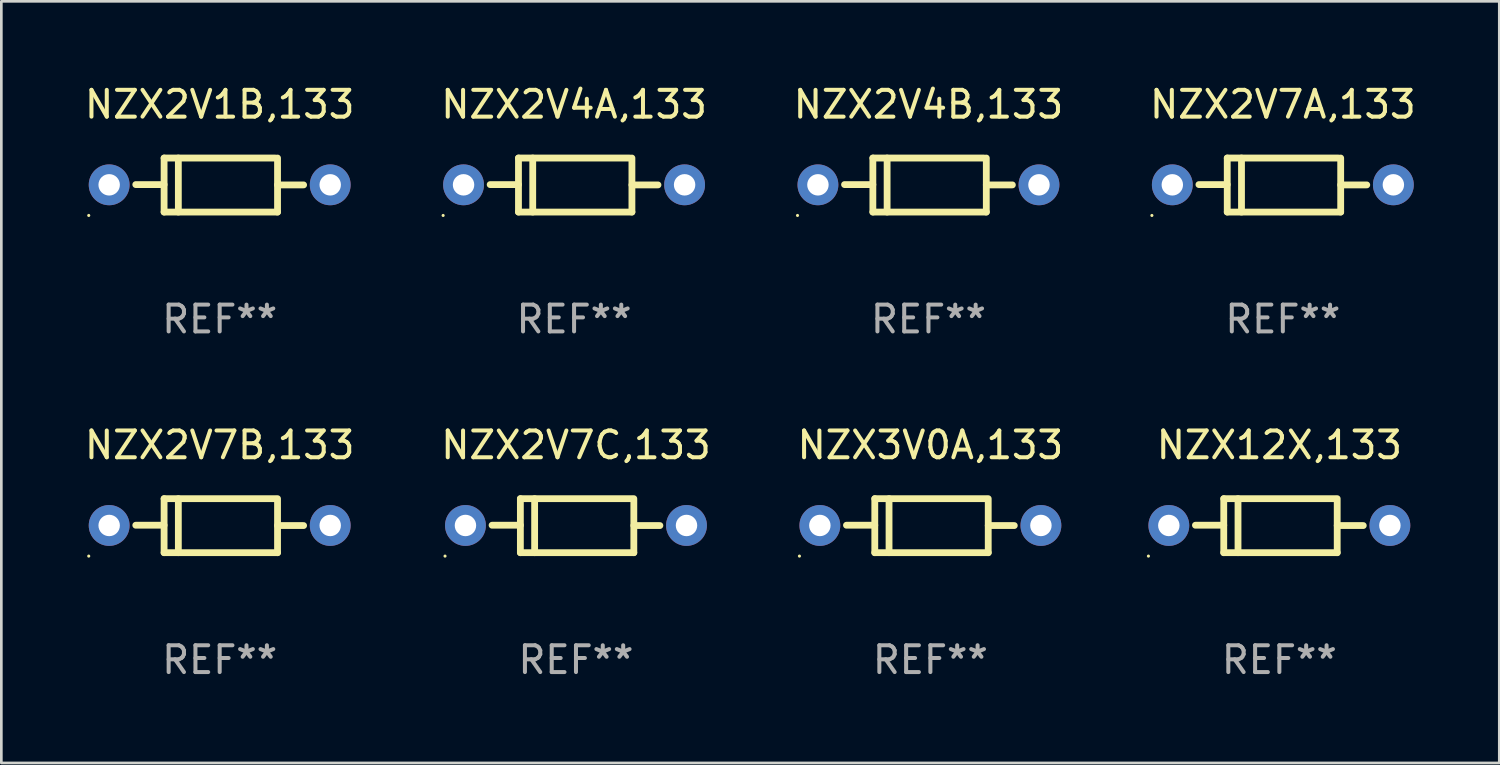
<source format=kicad_pcb>
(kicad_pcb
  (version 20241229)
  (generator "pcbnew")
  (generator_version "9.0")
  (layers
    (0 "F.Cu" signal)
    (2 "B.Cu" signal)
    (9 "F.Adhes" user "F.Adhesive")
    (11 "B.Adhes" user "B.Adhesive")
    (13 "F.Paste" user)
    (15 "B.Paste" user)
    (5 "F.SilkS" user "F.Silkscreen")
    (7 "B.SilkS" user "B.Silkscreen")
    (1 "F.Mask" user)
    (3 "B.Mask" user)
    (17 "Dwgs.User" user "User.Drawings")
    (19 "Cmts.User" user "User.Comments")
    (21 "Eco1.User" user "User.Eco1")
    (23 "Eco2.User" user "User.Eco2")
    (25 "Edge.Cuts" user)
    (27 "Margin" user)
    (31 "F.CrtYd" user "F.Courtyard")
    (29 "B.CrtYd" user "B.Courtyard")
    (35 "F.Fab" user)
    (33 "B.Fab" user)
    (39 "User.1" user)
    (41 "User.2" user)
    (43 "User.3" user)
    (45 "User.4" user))
  (footprint "NZX2V7B,133"
    (layer "F.Cu")
    (at 5.149 16.569)
    (property "Reference" "NZX2V7B,133" (at 0 -3.008 0) (layer "F.SilkS") (effects (font (size 1 1) (thickness 0.15))))
    (attr through_hole)
    (fp_line (start -2.075 -1.008) (end -2.075 1.008) (stroke (width 0.254) (type solid)) (layer "F.SilkS"))
    (fp_line (start -2.075 -0.017) (end -3.132 -0.017) (stroke (width 0.254) (type solid)) (layer "F.SilkS"))
    (fp_line (start -2.075 1.008) (end 2.159 1.008) (stroke (width 0.254) (type solid)) (layer "F.SilkS"))
    (fp_line (start -1.543 -1.008) (end -1.543 1.008) (stroke (width 0.254) (type solid)) (layer "F.SilkS"))
    (fp_line (start 2.075 -1.008) (end -2.075 -1.008) (stroke (width 0.254) (type solid)) (layer "F.SilkS"))
    (fp_line (start 2.159 -0.005) (end 3.132 -0.005) (stroke (width 0.254) (type solid)) (layer "F.SilkS"))
    (fp_line (start 2.159 1.008) (end 2.159 -1.008) (stroke (width 0.254) (type solid)) (layer "F.SilkS"))
    (fp_circle (center -4.887 1.135) (end -4.857 1.135) (stroke (width 0.06) (type solid)) (fill no) (layer "F.SilkS"))
    (fp_text user "REF**" (at 0 5.008 0) (layer "F.Fab") (effects (font (size 1 1) (thickness 0.15))))
    (pad "1" thru_hole circle (at -4.125 -0.008) (size 1.524 1.524) (drill 0.8) (layers "*.Cu" "*.Mask"))
    (pad "2" thru_hole circle (at 4.125 -0.008) (size 1.524 1.524) (drill 0.8) (layers "*.Cu" "*.Mask")))
  (footprint "NZX2V4B,133"
    (layer "F.Cu")
    (at 31.601 3.856)
    (property "Reference" "NZX2V4B,133" (at 0 -3.008 0) (layer "F.SilkS") (effects (font (size 1 1) (thickness 0.15))))
    (attr through_hole)
    (fp_line (start -2.075 -1.008) (end -2.075 1.008) (stroke (width 0.254) (type solid)) (layer "F.SilkS"))
    (fp_line (start -2.075 -0.017) (end -3.132 -0.017) (stroke (width 0.254) (type solid)) (layer "F.SilkS"))
    (fp_line (start -2.075 1.008) (end 2.159 1.008) (stroke (width 0.254) (type solid)) (layer "F.SilkS"))
    (fp_line (start -1.543 -1.008) (end -1.543 1.008) (stroke (width 0.254) (type solid)) (layer "F.SilkS"))
    (fp_line (start 2.075 -1.008) (end -2.075 -1.008) (stroke (width 0.254) (type solid)) (layer "F.SilkS"))
    (fp_line (start 2.159 -0.005) (end 3.132 -0.005) (stroke (width 0.254) (type solid)) (layer "F.SilkS"))
    (fp_line (start 2.159 1.008) (end 2.159 -1.008) (stroke (width 0.254) (type solid)) (layer "F.SilkS"))
    (fp_circle (center -4.887 1.135) (end -4.857 1.135) (stroke (width 0.06) (type solid)) (fill no) (layer "F.SilkS"))
    (fp_text user "REF**" (at 0 5.008 0) (layer "F.Fab") (effects (font (size 1 1) (thickness 0.15))))
    (pad "1" thru_hole circle (at -4.125 -0.008) (size 1.524 1.524) (drill 0.8) (layers "*.Cu" "*.Mask"))
    (pad "2" thru_hole circle (at 4.125 -0.008) (size 1.524 1.524) (drill 0.8) (layers "*.Cu" "*.Mask")))
  (footprint "NZX2V7A,133"
    (layer "F.Cu")
    (at 44.827 3.856)
    (property "Reference" "NZX2V7A,133" (at 0 -3.008 0) (layer "F.SilkS") (effects (font (size 1 1) (thickness 0.15))))
    (attr through_hole)
    (fp_line (start -2.075 -1.008) (end -2.075 1.008) (stroke (width 0.254) (type solid)) (layer "F.SilkS"))
    (fp_line (start -2.075 -0.017) (end -3.132 -0.017) (stroke (width 0.254) (type solid)) (layer "F.SilkS"))
    (fp_line (start -2.075 1.008) (end 2.159 1.008) (stroke (width 0.254) (type solid)) (layer "F.SilkS"))
    (fp_line (start -1.543 -1.008) (end -1.543 1.008) (stroke (width 0.254) (type solid)) (layer "F.SilkS"))
    (fp_line (start 2.075 -1.008) (end -2.075 -1.008) (stroke (width 0.254) (type solid)) (layer "F.SilkS"))
    (fp_line (start 2.159 -0.005) (end 3.132 -0.005) (stroke (width 0.254) (type solid)) (layer "F.SilkS"))
    (fp_line (start 2.159 1.008) (end 2.159 -1.008) (stroke (width 0.254) (type solid)) (layer "F.SilkS"))
    (fp_circle (center -4.887 1.135) (end -4.857 1.135) (stroke (width 0.06) (type solid)) (fill no) (layer "F.SilkS"))
    (fp_text user "REF**" (at 0 5.008 0) (layer "F.Fab") (effects (font (size 1 1) (thickness 0.15))))
    (pad "1" thru_hole circle (at -4.125 -0.008) (size 1.524 1.524) (drill 0.8) (layers "*.Cu" "*.Mask"))
    (pad "2" thru_hole circle (at 4.125 -0.008) (size 1.524 1.524) (drill 0.8) (layers "*.Cu" "*.Mask")))
  (footprint "NZX12X,133"
    (layer "F.Cu")
    (at 44.697 16.569)
    (property "Reference" "NZX12X,133" (at 0 -3.008 0) (layer "F.SilkS") (effects (font (size 1 1) (thickness 0.15))))
    (attr through_hole)
    (fp_line (start -2.075 -1.008) (end -2.075 1.008) (stroke (width 0.254) (type solid)) (layer "F.SilkS"))
    (fp_line (start -2.075 -0.017) (end -3.132 -0.017) (stroke (width 0.254) (type solid)) (layer "F.SilkS"))
    (fp_line (start -2.075 1.008) (end 2.159 1.008) (stroke (width 0.254) (type solid)) (layer "F.SilkS"))
    (fp_line (start -1.543 -1.008) (end -1.543 1.008) (stroke (width 0.254) (type solid)) (layer "F.SilkS"))
    (fp_line (start 2.075 -1.008) (end -2.075 -1.008) (stroke (width 0.254) (type solid)) (layer "F.SilkS"))
    (fp_line (start 2.159 -0.005) (end 3.132 -0.005) (stroke (width 0.254) (type solid)) (layer "F.SilkS"))
    (fp_line (start 2.159 1.008) (end 2.159 -1.008) (stroke (width 0.254) (type solid)) (layer "F.SilkS"))
    (fp_circle (center -4.887 1.135) (end -4.857 1.135) (stroke (width 0.06) (type solid)) (fill no) (layer "F.SilkS"))
    (fp_text user "REF**" (at 0 5.008 0) (layer "F.Fab") (effects (font (size 1 1) (thickness 0.15))))
    (pad "1" thru_hole circle (at -4.125 -0.008) (size 1.524 1.524) (drill 0.8) (layers "*.Cu" "*.Mask"))
    (pad "2" thru_hole circle (at 4.125 -0.008) (size 1.524 1.524) (drill 0.8) (layers "*.Cu" "*.Mask")))
  (footprint "NZX3V0A,133"
    (layer "F.Cu")
    (at 31.673 16.569)
    (property "Reference" "NZX3V0A,133" (at 0 -3.008 0) (layer "F.SilkS") (effects (font (size 1 1) (thickness 0.15))))
    (attr through_hole)
    (fp_line (start -2.075 -1.008) (end -2.075 1.008) (stroke (width 0.254) (type solid)) (layer "F.SilkS"))
    (fp_line (start -2.075 -0.017) (end -3.132 -0.017) (stroke (width 0.254) (type solid)) (layer "F.SilkS"))
    (fp_line (start -2.075 1.008) (end 2.159 1.008) (stroke (width 0.254) (type solid)) (layer "F.SilkS"))
    (fp_line (start -1.543 -1.008) (end -1.543 1.008) (stroke (width 0.254) (type solid)) (layer "F.SilkS"))
    (fp_line (start 2.075 -1.008) (end -2.075 -1.008) (stroke (width 0.254) (type solid)) (layer "F.SilkS"))
    (fp_line (start 2.159 -0.005) (end 3.132 -0.005) (stroke (width 0.254) (type solid)) (layer "F.SilkS"))
    (fp_line (start 2.159 1.008) (end 2.159 -1.008) (stroke (width 0.254) (type solid)) (layer "F.SilkS"))
    (fp_circle (center -4.887 1.135) (end -4.857 1.135) (stroke (width 0.06) (type solid)) (fill no) (layer "F.SilkS"))
    (fp_text user "REF**" (at 0 5.008 0) (layer "F.Fab") (effects (font (size 1 1) (thickness 0.15))))
    (pad "1" thru_hole circle (at -4.125 -0.008) (size 1.524 1.524) (drill 0.8) (layers "*.Cu" "*.Mask"))
    (pad "2" thru_hole circle (at 4.125 -0.008) (size 1.524 1.524) (drill 0.8) (layers "*.Cu" "*.Mask")))
  (footprint "NZX2V7C,133"
    (layer "F.Cu")
    (at 18.446 16.569)
    (property "Reference" "NZX2V7C,133" (at 0 -3.008 0) (layer "F.SilkS") (effects (font (size 1 1) (thickness 0.15))))
    (attr through_hole)
    (fp_line (start -2.075 -1.008) (end -2.075 1.008) (stroke (width 0.254) (type solid)) (layer "F.SilkS"))
    (fp_line (start -2.075 -0.017) (end -3.132 -0.017) (stroke (width 0.254) (type solid)) (layer "F.SilkS"))
    (fp_line (start -2.075 1.008) (end 2.159 1.008) (stroke (width 0.254) (type solid)) (layer "F.SilkS"))
    (fp_line (start -1.543 -1.008) (end -1.543 1.008) (stroke (width 0.254) (type solid)) (layer "F.SilkS"))
    (fp_line (start 2.075 -1.008) (end -2.075 -1.008) (stroke (width 0.254) (type solid)) (layer "F.SilkS"))
    (fp_line (start 2.159 -0.005) (end 3.132 -0.005) (stroke (width 0.254) (type solid)) (layer "F.SilkS"))
    (fp_line (start 2.159 1.008) (end 2.159 -1.008) (stroke (width 0.254) (type solid)) (layer "F.SilkS"))
    (fp_circle (center -4.887 1.135) (end -4.857 1.135) (stroke (width 0.06) (type solid)) (fill no) (layer "F.SilkS"))
    (fp_text user "REF**" (at 0 5.008 0) (layer "F.Fab") (effects (font (size 1 1) (thickness 0.15))))
    (pad "1" thru_hole circle (at -4.125 -0.008) (size 1.524 1.524) (drill 0.8) (layers "*.Cu" "*.Mask"))
    (pad "2" thru_hole circle (at 4.125 -0.008) (size 1.524 1.524) (drill 0.8) (layers "*.Cu" "*.Mask")))
  (footprint "NZX2V1B,133"
    (layer "F.Cu")
    (at 5.149 3.856)
    (property "Reference" "NZX2V1B,133" (at 0 -3.008 0) (layer "F.SilkS") (effects (font (size 1 1) (thickness 0.15))))
    (attr through_hole)
    (fp_line (start -2.075 -1.008) (end -2.075 1.008) (stroke (width 0.254) (type solid)) (layer "F.SilkS"))
    (fp_line (start -2.075 -0.017) (end -3.132 -0.017) (stroke (width 0.254) (type solid)) (layer "F.SilkS"))
    (fp_line (start -2.075 1.008) (end 2.159 1.008) (stroke (width 0.254) (type solid)) (layer "F.SilkS"))
    (fp_line (start -1.543 -1.008) (end -1.543 1.008) (stroke (width 0.254) (type solid)) (layer "F.SilkS"))
    (fp_line (start 2.075 -1.008) (end -2.075 -1.008) (stroke (width 0.254) (type solid)) (layer "F.SilkS"))
    (fp_line (start 2.159 -0.005) (end 3.132 -0.005) (stroke (width 0.254) (type solid)) (layer "F.SilkS"))
    (fp_line (start 2.159 1.008) (end 2.159 -1.008) (stroke (width 0.254) (type solid)) (layer "F.SilkS"))
    (fp_circle (center -4.887 1.135) (end -4.857 1.135) (stroke (width 0.06) (type solid)) (fill no) (layer "F.SilkS"))
    (fp_text user "REF**" (at 0 5.008 0) (layer "F.Fab") (effects (font (size 1 1) (thickness 0.15))))
    (pad "1" thru_hole circle (at -4.125 -0.008) (size 1.524 1.524) (drill 0.8) (layers "*.Cu" "*.Mask"))
    (pad "2" thru_hole circle (at 4.125 -0.008) (size 1.524 1.524) (drill 0.8) (layers "*.Cu" "*.Mask")))
  (footprint "NZX2V4A,133"
    (layer "F.Cu")
    (at 18.375 3.856)
    (property "Reference" "NZX2V4A,133" (at 0 -3.008 0) (layer "F.SilkS") (effects (font (size 1 1) (thickness 0.15))))
    (attr through_hole)
    (fp_line (start -2.075 -1.008) (end -2.075 1.008) (stroke (width 0.254) (type solid)) (layer "F.SilkS"))
    (fp_line (start -2.075 -0.017) (end -3.132 -0.017) (stroke (width 0.254) (type solid)) (layer "F.SilkS"))
    (fp_line (start -2.075 1.008) (end 2.159 1.008) (stroke (width 0.254) (type solid)) (layer "F.SilkS"))
    (fp_line (start -1.543 -1.008) (end -1.543 1.008) (stroke (width 0.254) (type solid)) (layer "F.SilkS"))
    (fp_line (start 2.075 -1.008) (end -2.075 -1.008) (stroke (width 0.254) (type solid)) (layer "F.SilkS"))
    (fp_line (start 2.159 -0.005) (end 3.132 -0.005) (stroke (width 0.254) (type solid)) (layer "F.SilkS"))
    (fp_line (start 2.159 1.008) (end 2.159 -1.008) (stroke (width 0.254) (type solid)) (layer "F.SilkS"))
    (fp_circle (center -4.887 1.135) (end -4.857 1.135) (stroke (width 0.06) (type solid)) (fill no) (layer "F.SilkS"))
    (fp_text user "REF**" (at 0 5.008 0) (layer "F.Fab") (effects (font (size 1 1) (thickness 0.15))))
    (pad "1" thru_hole circle (at -4.125 -0.008) (size 1.524 1.524) (drill 0.8) (layers "*.Cu" "*.Mask"))
    (pad "2" thru_hole circle (at 4.125 -0.008) (size 1.524 1.524) (drill 0.8) (layers "*.Cu" "*.Mask")))
  (gr_rect
    (start -3 -3)
    (end 52.905 25.425)
    (stroke (width 0.1) (type default))
    (fill no)
    (layer "Edge.Cuts")))
</source>
